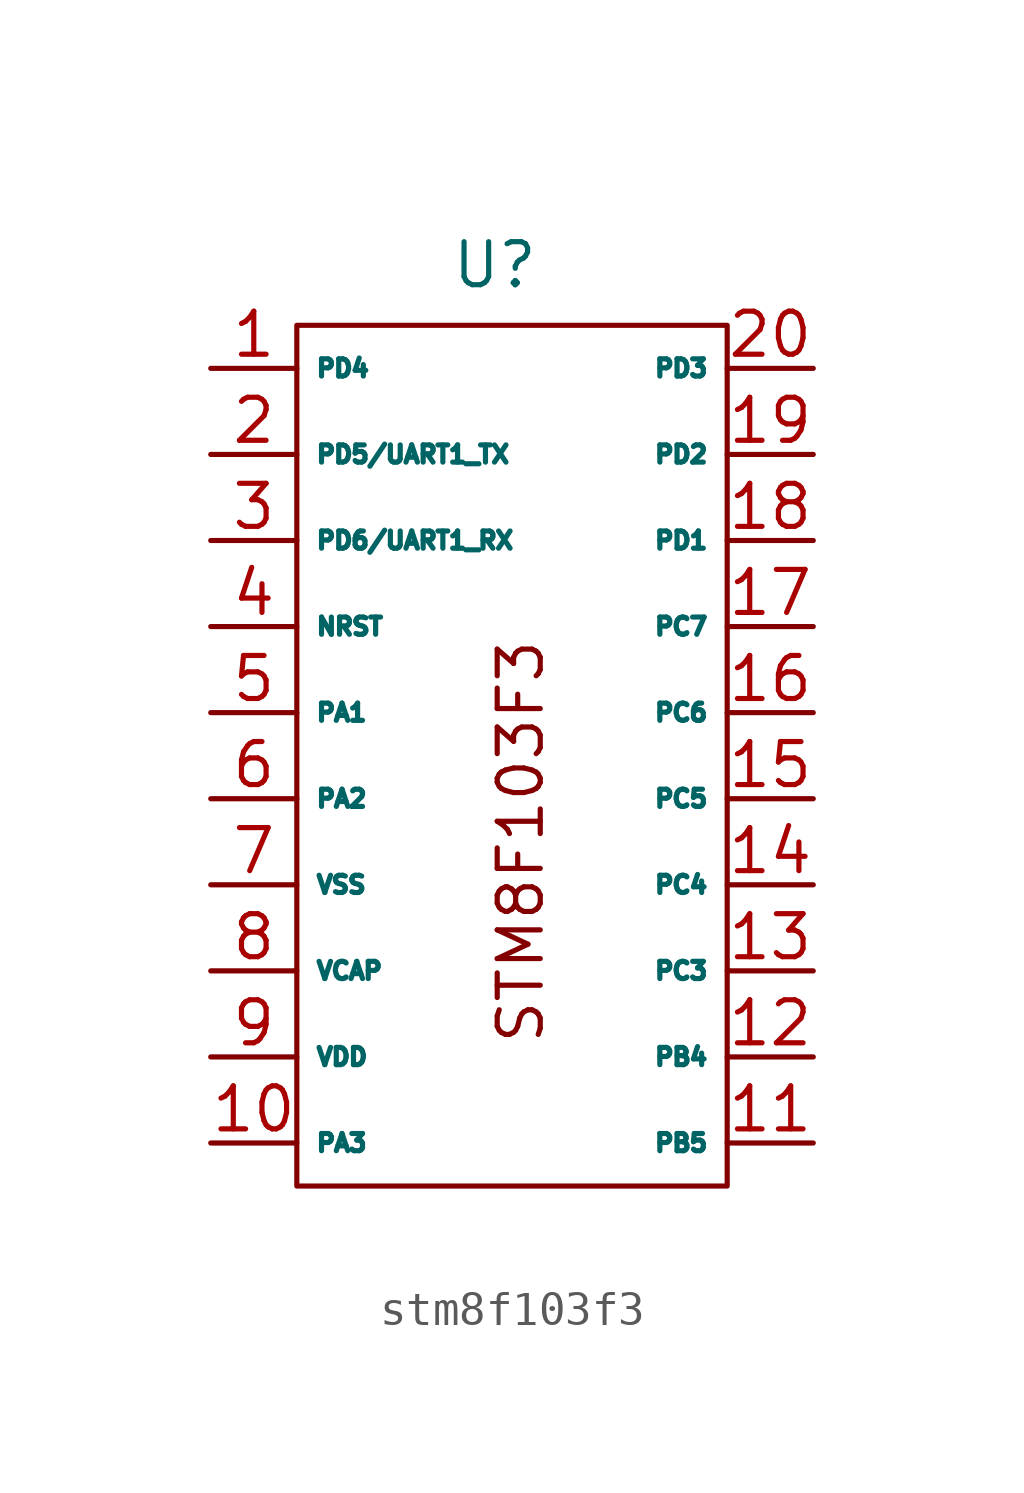
<source format=kicad_sym>
(kicad_symbol_lib
  (version 20231120)
  (generator "kicad_symbol_editor")
  (generator_version "8.0")
  (symbol "stm8f103f3"
    (property "Reference" "U"
      (at -0.508 14.478 0)
      (effects (font (size 1.27 1.27))))
    (property "Value" ""
      (at 0 0 0)
      (effects (font (size 1.27 1.27))))
    (symbol "stm8f103f3_0_1"
      (rectangle (start -6.35 12.7) (end 6.35 -12.7) (stroke (width 0) (type default)) (fill (type none))))
    (symbol "stm8f103f3_1_1"
      (text "STM8F103F3" (at 0.254 -2.54 900) (effects (font (size 1.27 1.27))))
      (pin bidirectional line (at -8.89 11.43 0) (length 2.54) (name "PD4" (effects (font (size 0.508 0.508)))) (number "1" (effects (font (size 1.27 1.27)))))
      (pin bidirectional line (at -8.89 -11.43 0) (length 2.54) (name "PA3" (effects (font (size 0.508 0.508)))) (number "10" (effects (font (size 1.27 1.27)))))
      (pin bidirectional line (at 8.89 -11.43 180) (length 2.54) (name "PB5" (effects (font (size 0.508 0.508)))) (number "11" (effects (font (size 1.27 1.27)))))
      (pin bidirectional line (at 8.89 -8.89 180) (length 2.54) (name "PB4" (effects (font (size 0.508 0.508)))) (number "12" (effects (font (size 1.27 1.27)))))
      (pin bidirectional line (at 8.89 -6.35 180) (length 2.54) (name "PC3" (effects (font (size 0.508 0.508)))) (number "13" (effects (font (size 1.27 1.27)))))
      (pin bidirectional line (at 8.89 -3.81 180) (length 2.54) (name "PC4" (effects (font (size 0.508 0.508)))) (number "14" (effects (font (size 1.27 1.27)))))
      (pin bidirectional line (at 8.89 -1.27 180) (length 2.54) (name "PC5" (effects (font (size 0.508 0.508)))) (number "15" (effects (font (size 1.27 1.27)))))
      (pin bidirectional line (at 8.89 1.27 180) (length 2.54) (name "PC6" (effects (font (size 0.508 0.508)))) (number "16" (effects (font (size 1.27 1.27)))))
      (pin bidirectional line (at 8.89 3.81 180) (length 2.54) (name "PC7" (effects (font (size 0.508 0.508)))) (number "17" (effects (font (size 1.27 1.27)))))
      (pin bidirectional line (at 8.89 6.35 180) (length 2.54) (name "PD1" (effects (font (size 0.508 0.508)))) (number "18" (effects (font (size 1.27 1.27)))))
      (pin bidirectional line (at 8.89 8.89 180) (length 2.54) (name "PD2" (effects (font (size 0.508 0.508)))) (number "19" (effects (font (size 1.27 1.27)))))
      (pin bidirectional line (at -8.89 8.89 0) (length 2.54) (name "PD5/UART1_TX" (effects (font (size 0.508 0.508)))) (number "2" (effects (font (size 1.27 1.27)))))
      (pin bidirectional line (at 8.89 11.43 180) (length 2.54) (name "PD3" (effects (font (size 0.508 0.508)))) (number "20" (effects (font (size 1.27 1.27)))))
      (pin bidirectional line (at -8.89 6.35 0) (length 2.54) (name "PD6/UART1_RX" (effects (font (size 0.508 0.508)))) (number "3" (effects (font (size 1.27 1.27)))))
      (pin bidirectional line (at -8.89 3.81 0) (length 2.54) (name "NRST" (effects (font (size 0.508 0.508)))) (number "4" (effects (font (size 1.27 1.27)))))
      (pin bidirectional line (at -8.89 1.27 0) (length 2.54) (name "PA1" (effects (font (size 0.508 0.508)))) (number "5" (effects (font (size 1.27 1.27)))))
      (pin bidirectional line (at -8.89 -1.27 0) (length 2.54) (name "PA2" (effects (font (size 0.508 0.508)))) (number "6" (effects (font (size 1.27 1.27)))))
      (pin power_in line (at -8.89 -3.81 0) (length 2.54) (name "VSS" (effects (font (size 0.508 0.508)))) (number "7" (effects (font (size 1.27 1.27)))))
      (pin passive line (at -8.89 -6.35 0) (length 2.54) (name "VCAP" (effects (font (size 0.508 0.508)))) (number "8" (effects (font (size 1.27 1.27)))))
      (pin power_in line (at -8.89 -8.89 0) (length 2.54) (name "VDD" (effects (font (size 0.508 0.508)))) (number "9" (effects (font (size 1.27 1.27))))))))
</source>
